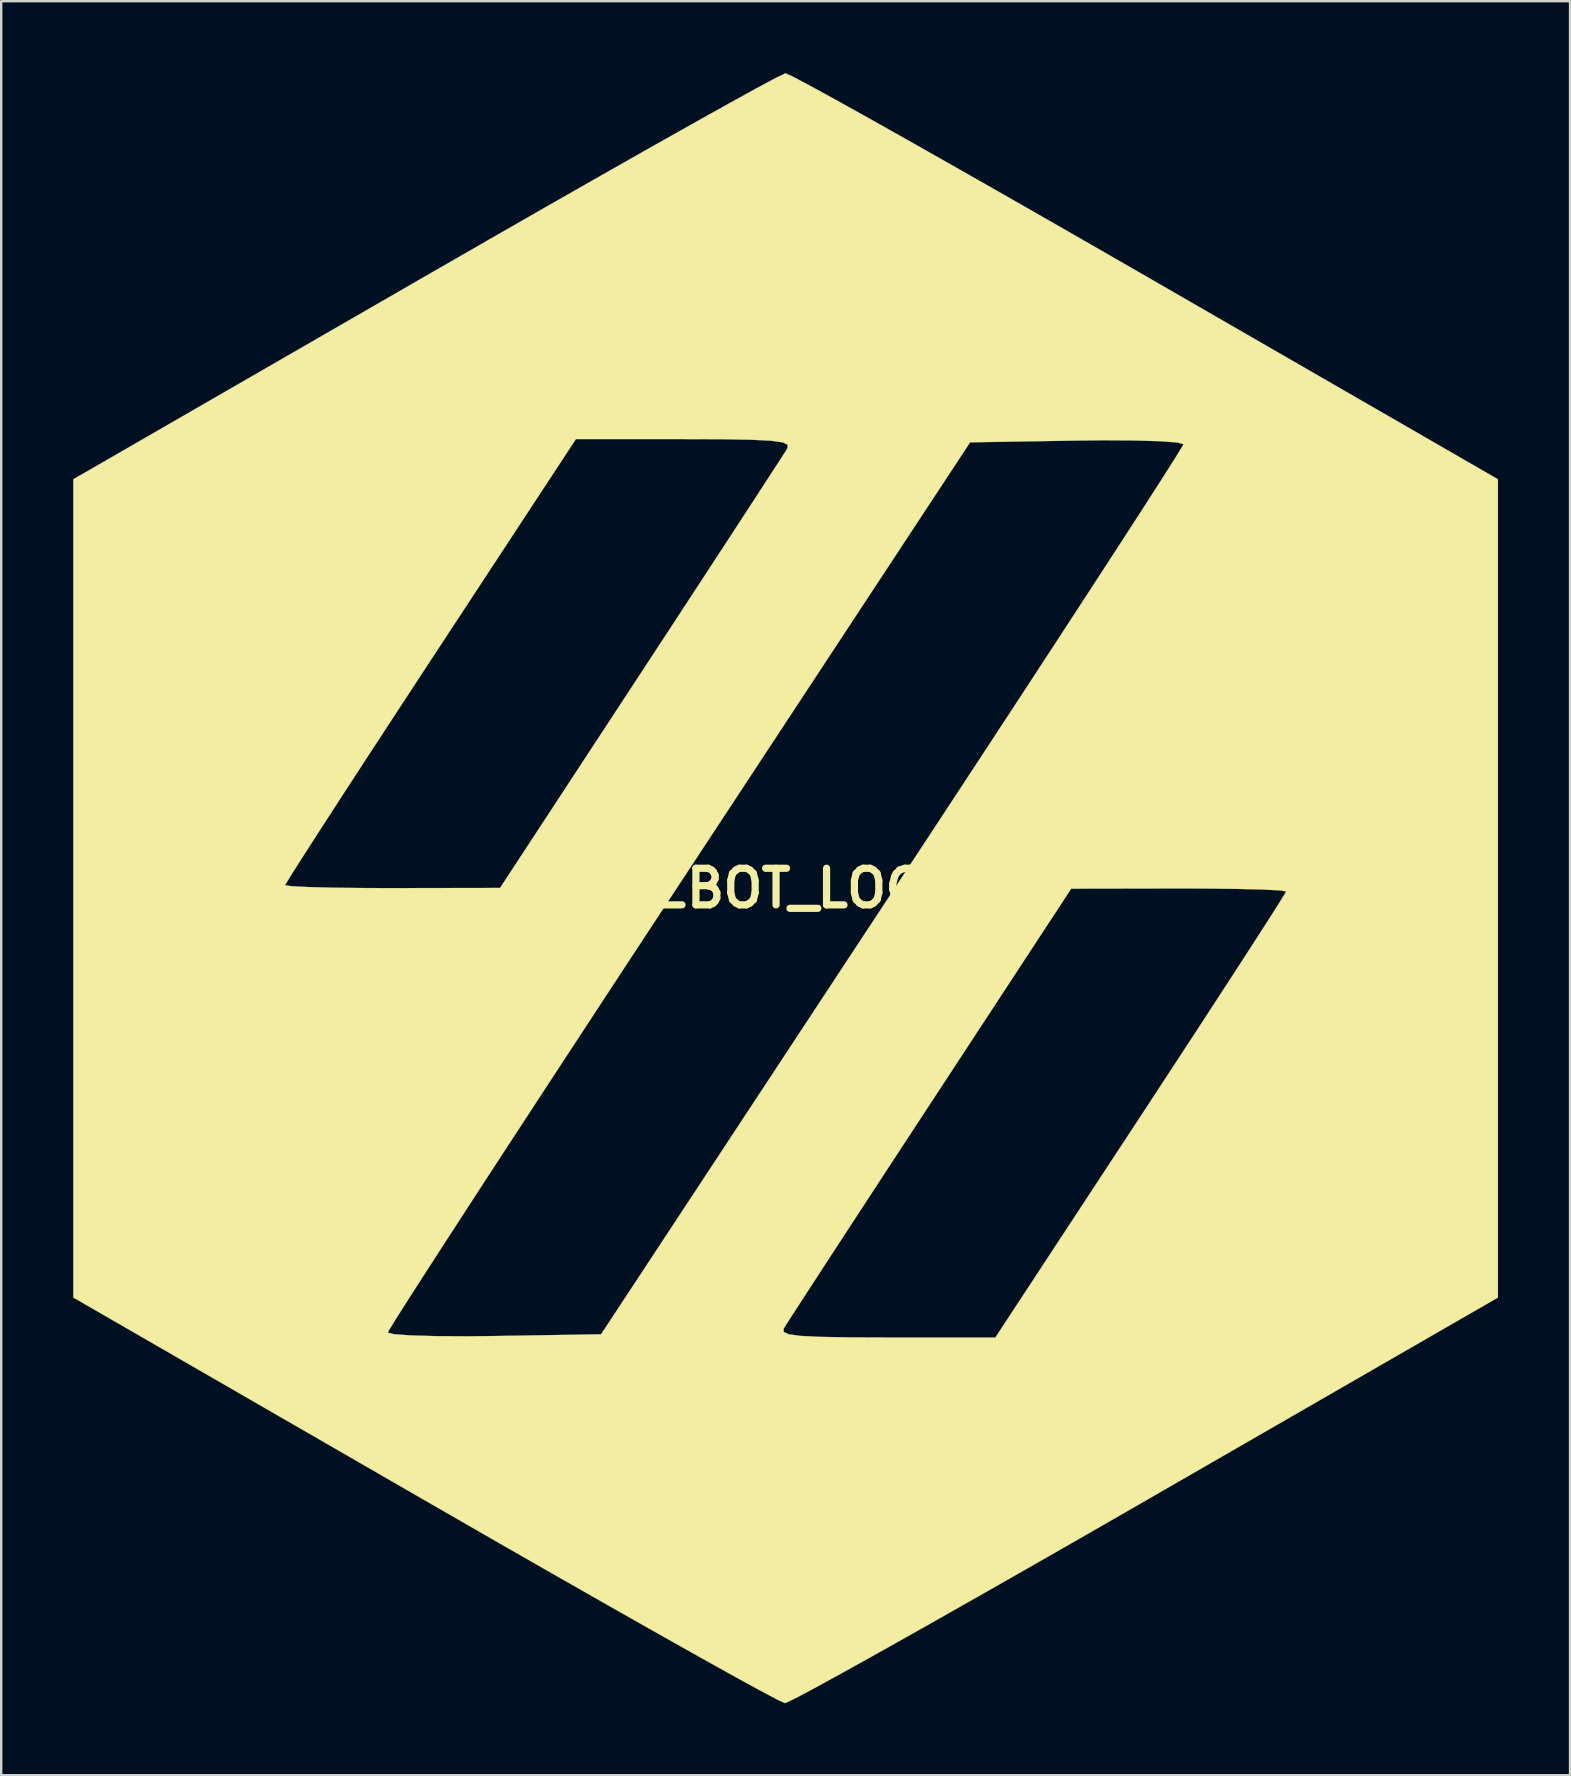
<source format=kicad_pcb>
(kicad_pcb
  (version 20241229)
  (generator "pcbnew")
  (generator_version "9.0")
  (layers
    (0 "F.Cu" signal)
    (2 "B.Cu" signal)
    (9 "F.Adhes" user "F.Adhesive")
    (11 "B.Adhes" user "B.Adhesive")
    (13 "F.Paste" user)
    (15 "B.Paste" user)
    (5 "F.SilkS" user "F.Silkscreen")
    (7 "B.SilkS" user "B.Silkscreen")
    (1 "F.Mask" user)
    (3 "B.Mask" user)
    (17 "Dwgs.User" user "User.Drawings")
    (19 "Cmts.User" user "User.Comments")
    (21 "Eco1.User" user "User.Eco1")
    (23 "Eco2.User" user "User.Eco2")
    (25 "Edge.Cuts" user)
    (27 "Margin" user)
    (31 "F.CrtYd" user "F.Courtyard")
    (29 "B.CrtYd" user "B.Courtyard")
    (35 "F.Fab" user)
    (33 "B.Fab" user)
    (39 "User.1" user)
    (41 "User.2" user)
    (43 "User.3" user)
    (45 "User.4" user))
  (footprint "MZBOT_LOGO"
    (layer "F.Cu")
    (at 29.683 33.961)
    (property "Reference" "MZBOT_LOGO" (at 0 0 0) (layer "F.SilkS") (effects (font (size 1.524 1.524) (thickness 0.3))))
    (attr through_hole)
    (fp_poly (pts (xy 0.288 -33.825) (xy 0.998 -33.449) (xy 2.091 -32.85) (xy 3.526 -32.051) (xy 5.262 -31.074) (xy 7.261 -29.941) (xy 9.481 -28.676) (xy 11.883 -27.302) (xy 14.426 -25.839) (xy 15.016 -25.499) (xy 29.678 -17.042) (xy 29.678 17.051) (xy 15.013 25.503) (xy 12.442 26.982) (xy 10.003 28.377) (xy 7.736 29.668) (xy 5.682 30.831) (xy 3.88 31.844) (xy 2.37 32.684) (xy 1.194 33.329) (xy 0.39 33.756) (xy -0.000194 33.943) (xy -0.027 33.949) (xy -0.318 33.818) (xy -1.032 33.441) (xy -2.128 32.84) (xy -3.566 32.04) (xy -5.305 31.061) (xy -7.305 29.928) (xy -9.526 28.662) (xy -11.929 27.287) (xy -14.471 25.824) (xy -15.039 25.497) (xy -27.15 18.509) (xy -16.577 18.509) (xy -16.324 18.578) (xy -15.625 18.629) (xy -14.566 18.659) (xy -13.237 18.667) (xy -12.133 18.655) (xy -7.689 18.582) (xy -7.622 18.48) (xy -0.086 18.48) (xy 0.121 18.581) (xy 0.608 18.649) (xy 1.439 18.69) (xy 2.681 18.711) (xy 4.223 18.716) (xy 8.739 18.716) (xy 14.797 9.488) (xy 16.099 7.501) (xy 17.306 5.655) (xy 18.386 3.996) (xy 19.308 2.573) (xy 20.043 1.432) (xy 20.558 0.622) (xy 20.824 0.189) (xy 20.855 0.13) (xy 20.602 0.088) (xy 19.902 0.052) (xy 18.842 0.025) (xy 17.51 0.01) (xy 16.376 0.007) (xy 11.898 0.015) (xy 6.016 8.99) (xy 4.724 10.962) (xy 3.52 12.803) (xy 2.436 14.462) (xy 1.505 15.891) (xy 0.759 17.038) (xy 0.23 17.854) (xy -0.049 18.289) (xy -0.08 18.341) (xy -0.086 18.48) (xy -7.622 18.48) (xy 4.444 0.152) (xy 6.306 -2.68) (xy 8.081 -5.384) (xy 9.747 -7.927) (xy 11.282 -10.275) (xy 12.665 -12.397) (xy 13.874 -14.257) (xy 14.887 -15.823) (xy 15.682 -17.061) (xy 16.238 -17.937) (xy 16.534 -18.419) (xy 16.577 -18.504) (xy 16.324 -18.574) (xy 15.625 -18.627) (xy 14.566 -18.659) (xy 13.236 -18.667) (xy 12.132 -18.655) (xy 7.686 -18.582) (xy -4.445 -0.146) (xy -6.307 2.685) (xy -8.081 5.39) (xy -9.747 7.933) (xy -11.282 10.282) (xy -12.665 12.403) (xy -13.873 14.263) (xy -14.886 15.829) (xy -15.682 17.066) (xy -16.238 17.943) (xy -16.533 18.425) (xy -16.577 18.509) (xy -27.15 18.509) (xy -29.678 17.051) (xy -29.678 -0.13) (xy -20.855 -0.13) (xy -20.602 -0.088) (xy -19.902 -0.052) (xy -18.842 -0.025) (xy -17.51 -0.01) (xy -16.376 -0.007) (xy -11.898 -0.015) (xy -6.016 -8.99) (xy -4.724 -10.962) (xy -3.52 -12.803) (xy -2.436 -14.462) (xy -1.505 -15.891) (xy -0.759 -17.038) (xy -0.23 -17.854) (xy 0.049 -18.289) (xy 0.08 -18.341) (xy 0.086 -18.48) (xy -0.121 -18.581) (xy -0.608 -18.649) (xy -1.439 -18.69) (xy -2.681 -18.711) (xy -4.223 -18.716) (xy -8.739 -18.716) (xy -14.797 -9.488) (xy -16.099 -7.501) (xy -17.306 -5.655) (xy -18.386 -3.996) (xy -19.308 -2.573) (xy -20.043 -1.432) (xy -20.558 -0.622) (xy -20.824 -0.189) (xy -20.855 -0.13) (xy -29.678 -0.13) (xy -29.678 -17.042) (xy -15.016 -25.499) (xy -12.446 -26.978) (xy -10.009 -28.375) (xy -7.745 -29.666) (xy -5.693 -30.831) (xy -3.893 -31.845) (xy -2.387 -32.686) (xy -1.213 -33.333) (xy -0.413 -33.761) (xy -0.026 -33.949) (xy 0 -33.956) (xy 0.288 -33.825)) (stroke (width 0.01) (type solid)) (fill yes) (layer "F.SilkS")))
  (gr_rect
    (start -3 -3)
    (end 62.366 70.915)
    (stroke (width 0.1) (type default))
    (fill no)
    (layer "Edge.Cuts")))
</source>
